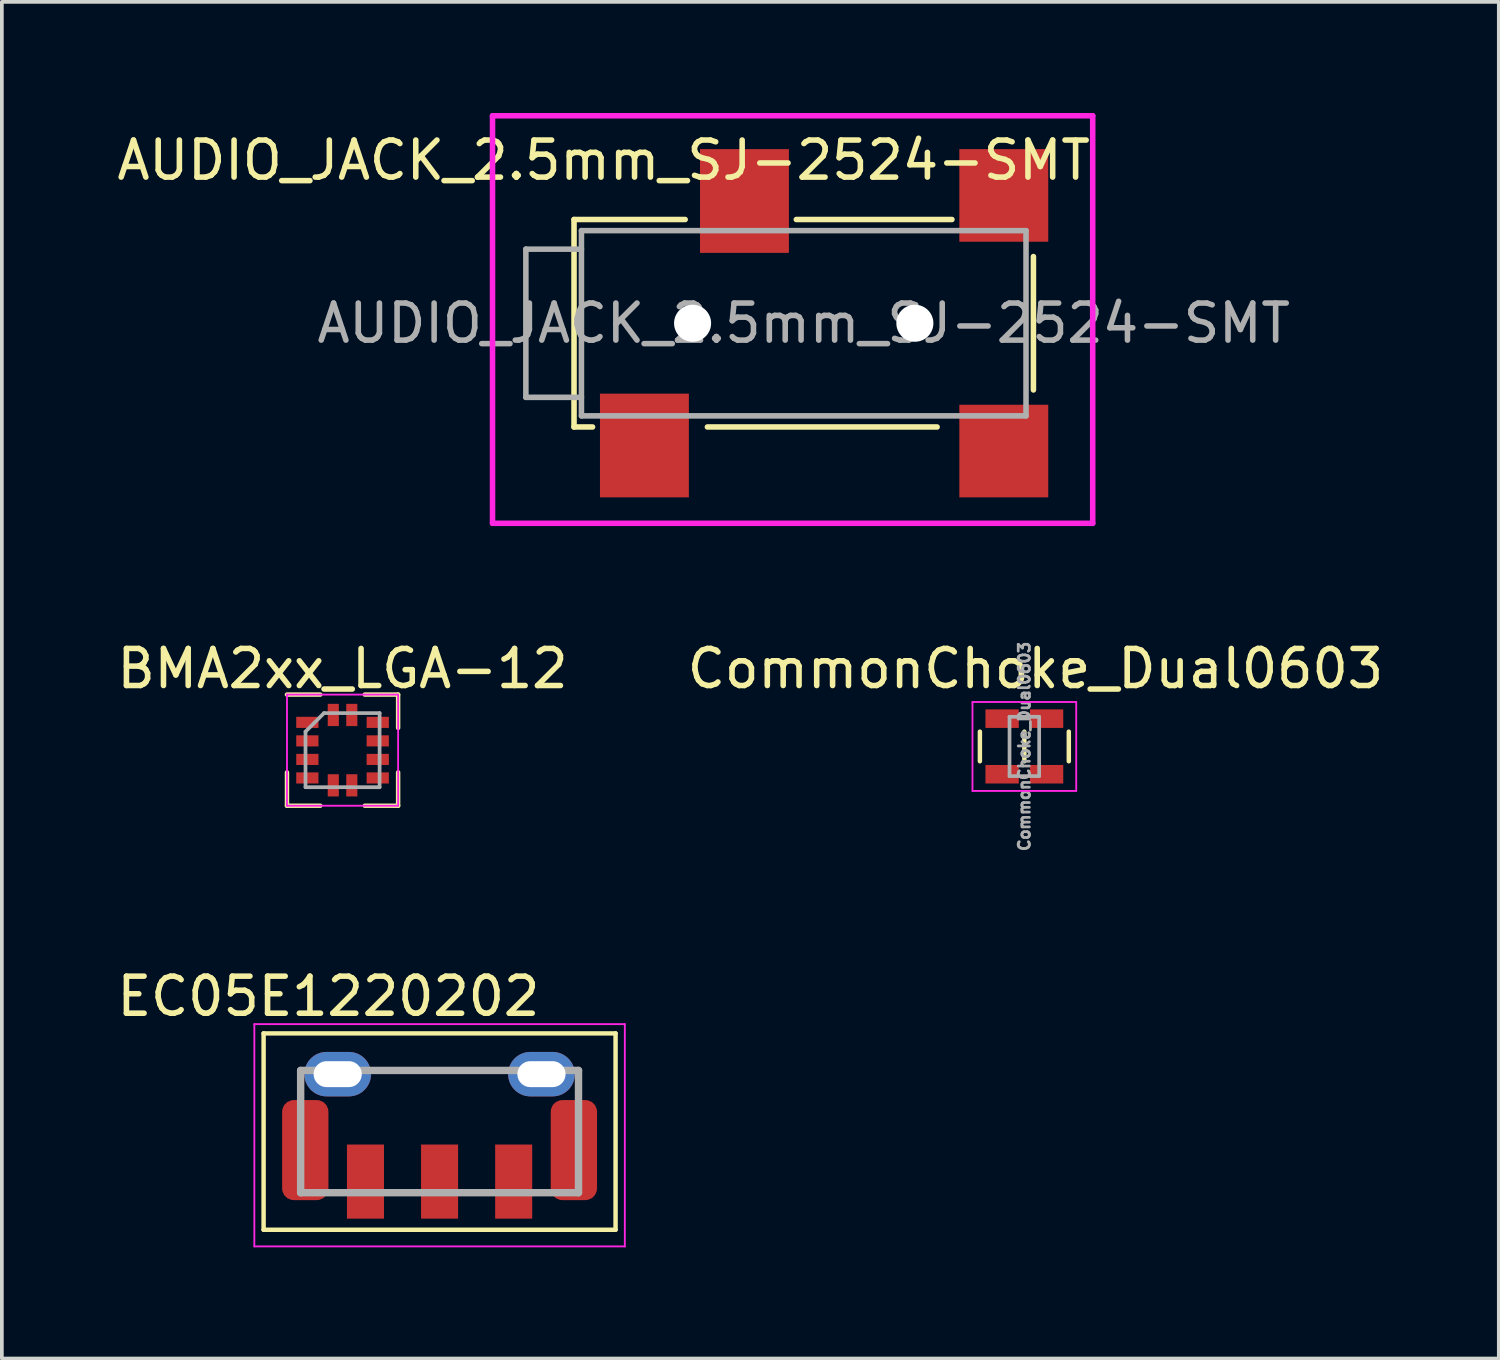
<source format=kicad_pcb>
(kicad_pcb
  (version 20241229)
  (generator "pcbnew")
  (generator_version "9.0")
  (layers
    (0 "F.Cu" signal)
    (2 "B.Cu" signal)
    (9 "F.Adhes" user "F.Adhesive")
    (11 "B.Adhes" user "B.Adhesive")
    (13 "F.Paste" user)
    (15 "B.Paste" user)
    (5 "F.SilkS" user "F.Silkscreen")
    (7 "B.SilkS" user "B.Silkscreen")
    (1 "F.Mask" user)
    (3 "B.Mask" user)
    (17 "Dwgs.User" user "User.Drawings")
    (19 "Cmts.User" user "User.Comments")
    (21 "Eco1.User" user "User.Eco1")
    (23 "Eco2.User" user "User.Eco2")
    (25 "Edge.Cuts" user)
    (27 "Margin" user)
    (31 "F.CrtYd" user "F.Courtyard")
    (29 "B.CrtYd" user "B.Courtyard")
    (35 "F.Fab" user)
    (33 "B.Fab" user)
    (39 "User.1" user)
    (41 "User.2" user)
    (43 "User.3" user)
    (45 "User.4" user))
  (footprint "CommonChoke_Dual0603"
    (layer "F.Cu")
    (at 24.599 17.098)
    (property "Reference" "CommonChoke_Dual0603" (at 0.3 -2.1 0) (layer "F.SilkS") (effects (font (size 1 1) (thickness 0.15))))
    (attr smd)
    (fp_line (start -1.2 -0.4) (end -1.2 0.4) (stroke (width 0.12) (type solid)) (layer "F.SilkS"))
    (fp_line (start 0 -0.4) (end 0 0.4) (stroke (width 0.12) (type solid)) (layer "F.SilkS"))
    (fp_line (start 1.2 -0.4) (end 1.2 0.4) (stroke (width 0.12) (type solid)) (layer "F.SilkS"))
    (fp_line (start -1.4 1.2) (end -1.4 -1.2) (stroke (width 0.05) (type solid)) (layer "F.CrtYd"))
    (fp_line (start -1.4 1.2) (end 1.4 1.2) (stroke (width 0.05) (type solid)) (layer "F.CrtYd"))
    (fp_line (start 1.4 -1.2) (end -1.4 -1.2) (stroke (width 0.05) (type solid)) (layer "F.CrtYd"))
    (fp_line (start 1.4 -1.2) (end 1.4 1.2) (stroke (width 0.05) (type solid)) (layer "F.CrtYd"))
    (fp_line (start -0.4 -0.8) (end 0.4 -0.8) (stroke (width 0.1) (type solid)) (layer "F.Fab"))
    (fp_line (start -0.4 0.8) (end -0.4 -0.8) (stroke (width 0.1) (type solid)) (layer "F.Fab"))
    (fp_line (start 0.4 -0.8) (end 0.4 0.8) (stroke (width 0.1) (type solid)) (layer "F.Fab"))
    (fp_line (start 0.4 0.8) (end -0.4 0.8) (stroke (width 0.1) (type solid)) (layer "F.Fab"))
    (fp_text user "${REFERENCE}" (at 0 0 90) (layer "F.Fab") (effects (font (size 0.3 0.3) (thickness 0.075))))
    (pad "1" smd rect (at 0.6 -0.75) (size 0.9 0.5) (layers "F.Cu" "F.Mask" "F.Paste"))
    (pad "2" smd rect (at 0.6 0.75) (size 0.9 0.5) (layers "F.Cu" "F.Mask" "F.Paste"))
    (pad "3" smd rect (at -0.6 0.75) (size 0.9 0.5) (layers "F.Cu" "F.Mask" "F.Paste"))
    (pad "4" smd rect (at -0.6 -0.75) (size 0.9 0.5) (layers "F.Cu" "F.Mask" "F.Paste")))
  (footprint "EC05E1220202"
    (layer "F.Cu")
    (at 8.815 25.843)
    (property "Reference" "EC05E1220202" (at -3 -2 0) (layer "F.SilkS") (effects (font (size 1 1) (thickness 0.15))))
    (attr smd)
    (fp_line (start -4.75 -1) (end -4.75 4.3) (stroke (width 0.12) (type solid)) (layer "F.SilkS"))
    (fp_line (start -4.75 -1) (end 4.75 -1) (stroke (width 0.12) (type solid)) (layer "F.SilkS"))
    (fp_line (start -4.75 4.3) (end 4.75 4.3) (stroke (width 0.12) (type solid)) (layer "F.SilkS"))
    (fp_line (start 4.75 -1) (end 4.75 4.3) (stroke (width 0.12) (type solid)) (layer "F.SilkS"))
    (fp_line (start -5 -1.25) (end 5 -1.25) (stroke (width 0.05) (type solid)) (layer "F.CrtYd"))
    (fp_line (start -5 4.75) (end -5 -1.25) (stroke (width 0.05) (type solid)) (layer "F.CrtYd"))
    (fp_line (start 5 -1.25) (end 5 4.75) (stroke (width 0.05) (type solid)) (layer "F.CrtYd"))
    (fp_line (start 5 4.75) (end -5 4.75) (stroke (width 0.05) (type solid)) (layer "F.CrtYd"))
    (fp_line (start -3.75 0) (end -3.75 3.3) (stroke (width 0.2) (type solid)) (layer "F.Fab"))
    (fp_line (start -3.75 3.3) (end 3.75 3.3) (stroke (width 0.2) (type solid)) (layer "F.Fab"))
    (fp_line (start 3.75 0) (end -3.75 0) (stroke (width 0.2) (type solid)) (layer "F.Fab"))
    (fp_line (start 3.75 0) (end 3.75 3.3) (stroke (width 0.2) (type solid)) (layer "F.Fab"))
    (pad "1" smd rect (at 2 3 90) (size 2 1) (layers "F.Cu" "F.Mask" "F.Paste"))
    (pad "2" smd rect (at -2 3 90) (size 2 1) (layers "F.Cu" "F.Mask" "F.Paste"))
    (pad "3" smd rect (at 0 3 90) (size 2 1) (layers "F.Cu" "F.Mask" "F.Paste"))
    (pad "4" smd roundrect (at -3.625 2.15 90) (size 2.7 1.25) (layers "F.Cu" "F.Mask" "F.Paste") (roundrect_rratio 0.25))
    (pad "4" thru_hole oval (at -2.75 0.1) (size 1.8 1.2) (drill oval 1.3 0.7) (layers "*.Cu" "*.Mask"))
    (pad "5" thru_hole oval (at 2.75 0.1) (size 1.8 1.2) (drill oval 1.3 0.7) (layers "*.Cu" "*.Mask"))
    (pad "5" smd roundrect (at 3.625 2.15 90) (size 2.7 1.25) (layers "F.Cu" "F.Mask" "F.Paste") (roundrect_rratio 0.25)))
  (footprint "AUDIO_JACK_2.5mm_SJ-2524-SMT"
    (layer "F.Cu")
    (at 15.644 5.675)
    (property "Reference" "AUDIO_JACK_2.5mm_SJ-2524-SMT" (at -2.4 -4.4 0) (layer "F.SilkS") (effects (font (size 1 1) (thickness 0.15))))
    (attr smd)
    (fp_line (start -3.2 -2.8) (end -3.2 2.8) (stroke (width 0.15) (type solid)) (layer "F.SilkS"))
    (fp_line (start -3.2 2.8) (end -2.7 2.8) (stroke (width 0.15) (type solid)) (layer "F.SilkS"))
    (fp_line (start -0.2 -2.8) (end -3.2 -2.8) (stroke (width 0.15) (type solid)) (layer "F.SilkS"))
    (fp_line (start 2.8 -2.8) (end 7 -2.8) (stroke (width 0.15) (type solid)) (layer "F.SilkS"))
    (fp_line (start 6.6 2.8) (end 0.4 2.8) (stroke (width 0.15) (type solid)) (layer "F.SilkS"))
    (fp_line (start 9.2 -1.8) (end 9.2 1.8) (stroke (width 0.15) (type solid)) (layer "F.SilkS"))
    (fp_line (start -5.4 -5.6) (end -5.4 5.4) (stroke (width 0.15) (type solid)) (layer "F.CrtYd"))
    (fp_line (start -5.4 -5.6) (end 10.8 -5.6) (stroke (width 0.15) (type solid)) (layer "F.CrtYd"))
    (fp_line (start -5.4 5.4) (end 10.8 5.4) (stroke (width 0.15) (type solid)) (layer "F.CrtYd"))
    (fp_line (start 10.8 -5.6) (end 10.8 5.4) (stroke (width 0.15) (type solid)) (layer "F.CrtYd"))
    (fp_line (start -4.5 -2) (end -4.5 2) (stroke (width 0.15) (type solid)) (layer "F.Fab"))
    (fp_line (start -4.5 2) (end -3 2) (stroke (width 0.15) (type solid)) (layer "F.Fab"))
    (fp_line (start -3 -2.5) (end -3 2.5) (stroke (width 0.15) (type solid)) (layer "F.Fab"))
    (fp_line (start -3 -2) (end -4.5 -2) (stroke (width 0.15) (type solid)) (layer "F.Fab"))
    (fp_line (start -3 2.5) (end 9 2.5) (stroke (width 0.15) (type solid)) (layer "F.Fab"))
    (fp_line (start 9 -2.5) (end -3 -2.5) (stroke (width 0.15) (type solid)) (layer "F.Fab"))
    (fp_line (start 9 2.5) (end 9 -2.5) (stroke (width 0.15) (type solid)) (layer "F.Fab"))
    (fp_text user "${REFERENCE}" (at 3 0 0) (layer "F.Fab") (effects (font (size 1 1) (thickness 0.15))))
    (pad "" np_thru_hole circle (at 0 0) (size 1 1) (drill 1) (layers "*.Cu" "*.Mask"))
    (pad "" np_thru_hole circle (at 6 0) (size 1 1) (drill 1) (layers "*.Cu" "*.Mask"))
    (pad "1" smd rect (at -1.3 3.3) (size 2.4 2.8) (layers "F.Cu" "F.Mask" "F.Paste"))
    (pad "2" smd rect (at 8.4 3.45) (size 2.4 2.5) (layers "F.Cu" "F.Mask" "F.Paste"))
    (pad "3" smd rect (at 1.4 -3.3) (size 2.4 2.8) (layers "F.Cu" "F.Mask" "F.Paste"))
    (pad "4" smd rect (at 8.4 -3.45) (size 2.4 2.5) (layers "F.Cu" "F.Mask" "F.Paste")))
  (footprint "BMA2xx_LGA-12"
    (layer "F.Cu")
    (at 6.196 17.198)
    (property "Reference" "BMA2xx_LGA-12" (at 0 -2.2 0) (layer "F.SilkS") (effects (font (size 1 1) (thickness 0.15))))
    (attr smd)
    (fp_line (start -1.5 1.5) (end -1.5 0.6) (stroke (width 0.12) (type solid)) (layer "F.SilkS"))
    (fp_line (start -0.6 -1.5) (end -1.5 -1.5) (stroke (width 0.12) (type solid)) (layer "F.SilkS"))
    (fp_line (start -0.6 1.5) (end -1.5 1.5) (stroke (width 0.12) (type solid)) (layer "F.SilkS"))
    (fp_line (start 0.6 -1.5) (end 1.5 -1.5) (stroke (width 0.12) (type solid)) (layer "F.SilkS"))
    (fp_line (start 1.5 -1.5) (end 1.5 -0.6) (stroke (width 0.12) (type solid)) (layer "F.SilkS"))
    (fp_line (start 1.5 0.6) (end 1.5 1.5) (stroke (width 0.12) (type solid)) (layer "F.SilkS"))
    (fp_line (start 1.5 1.5) (end 0.6 1.5) (stroke (width 0.12) (type solid)) (layer "F.SilkS"))
    (fp_line (start -1.5 -1.5) (end 1.5 -1.5) (stroke (width 0.05) (type solid)) (layer "F.CrtYd"))
    (fp_line (start -1.5 1.5) (end -1.5 -1.5) (stroke (width 0.05) (type solid)) (layer "F.CrtYd"))
    (fp_line (start 1.5 -1.5) (end 1.5 1.5) (stroke (width 0.05) (type solid)) (layer "F.CrtYd"))
    (fp_line (start 1.5 1.5) (end -1.5 1.5) (stroke (width 0.05) (type solid)) (layer "F.CrtYd"))
    (fp_line (start -1 -0.5) (end -0.5 -1) (stroke (width 0.1) (type solid)) (layer "F.Fab"))
    (fp_line (start -1 1) (end -1 -0.5) (stroke (width 0.1) (type solid)) (layer "F.Fab"))
    (fp_line (start -0.5 -1) (end 1 -1) (stroke (width 0.1) (type solid)) (layer "F.Fab"))
    (fp_line (start 1 -1) (end 1 1) (stroke (width 0.1) (type solid)) (layer "F.Fab"))
    (fp_line (start 1 1) (end -1 1) (stroke (width 0.1) (type solid)) (layer "F.Fab"))
    (pad "1" smd rect (at -0.95 -0.75) (size 0.6 0.3) (layers "F.Cu" "F.Mask" "F.Paste"))
    (pad "2" smd rect (at -0.95 -0.25) (size 0.6 0.3) (layers "F.Cu" "F.Mask" "F.Paste"))
    (pad "3" smd rect (at -0.95 0.25) (size 0.6 0.3) (layers "F.Cu" "F.Mask" "F.Paste"))
    (pad "4" smd rect (at -0.95 0.75) (size 0.6 0.3) (layers "F.Cu" "F.Mask" "F.Paste"))
    (pad "5" smd rect (at -0.25 0.95 90) (size 0.6 0.3) (layers "F.Cu" "F.Mask" "F.Paste"))
    (pad "6" smd rect (at 0.25 0.95 90) (size 0.6 0.3) (layers "F.Cu" "F.Mask" "F.Paste"))
    (pad "7" smd rect (at 0.95 0.75) (size 0.6 0.3) (layers "F.Cu" "F.Mask" "F.Paste"))
    (pad "8" smd rect (at 0.95 0.25) (size 0.6 0.3) (layers "F.Cu" "F.Mask" "F.Paste"))
    (pad "9" smd rect (at 0.95 -0.25) (size 0.6 0.3) (layers "F.Cu" "F.Mask" "F.Paste"))
    (pad "10" smd rect (at 0.95 -0.75) (size 0.6 0.3) (layers "F.Cu" "F.Mask" "F.Paste"))
    (pad "11" smd rect (at 0.25 -0.95 90) (size 0.6 0.3) (layers "F.Cu" "F.Mask" "F.Paste"))
    (pad "12" smd rect (at -0.25 -0.95 90) (size 0.6 0.3) (layers "F.Cu" "F.Mask" "F.Paste")))
  (gr_rect
    (start -3 -3)
    (end 37.405 33.618)
    (stroke (width 0.1) (type default))
    (fill no)
    (layer "Edge.Cuts")))
</source>
